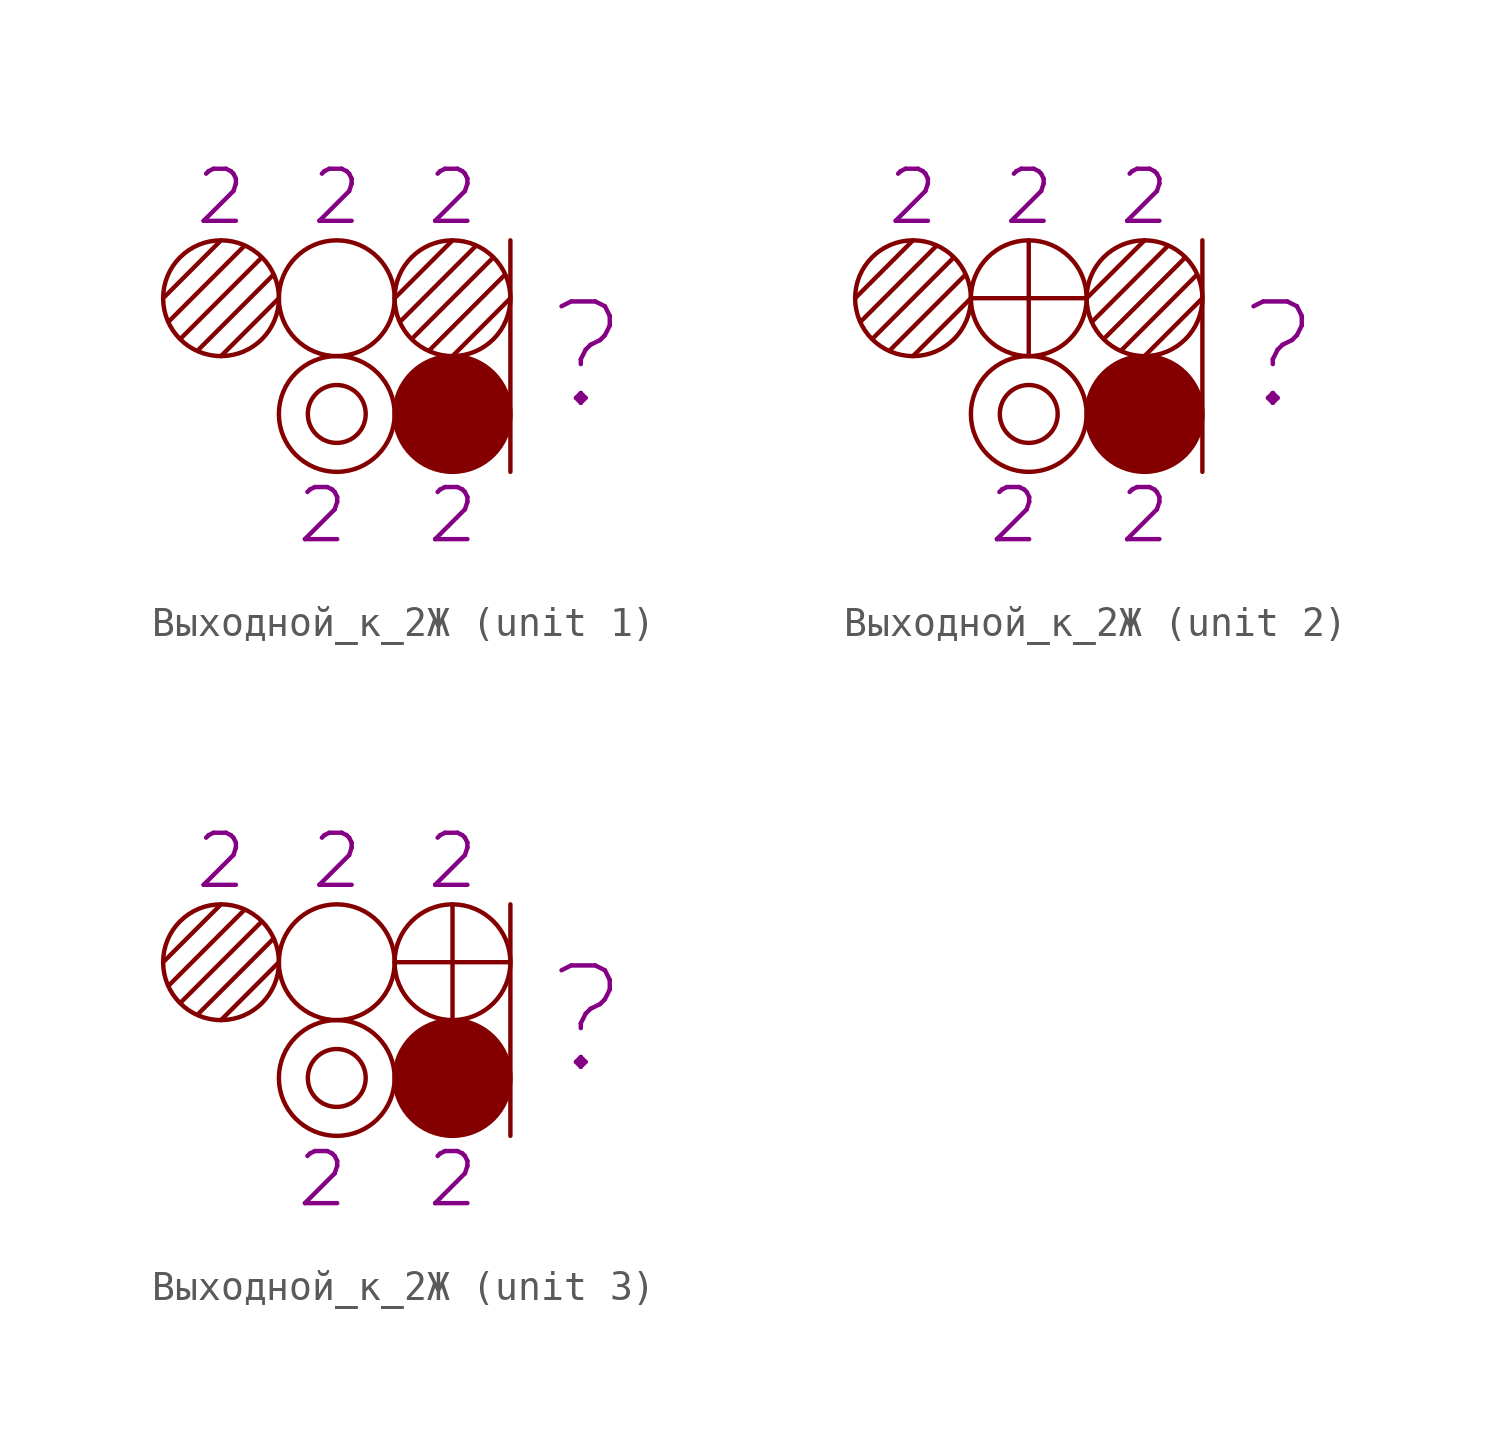
<source format=kicad_sym>
(kicad_symbol_lib
  (version 20231120)
  (generator "kicad_symbol_editor")
  (generator_version "8.0")
  (symbol "Выходной_к_2Ж"
    (pin_numbers hide)
    (pin_names
      (offset 0) hide)
    (property "Reference" "Входной"
      (at 7.5 4 0)
      (effects (font (size 1.8 1.8)) (hide yes)))
    (property "Литера" "?"
      (at 1 0 0)
      (do_not_autoplace)
      (effects (font (size 3.5 3.5)) (justify left)))
    (property "ДвухнитеваяК" "2"
      (at -2 -5.5 0)
      (do_not_autoplace)
      (effects (font (size 1.8 1.8))))
    (property "ДвухнитеваяЖ" "2"
      (at -10 5.5 0)
      (do_not_autoplace)
      (effects (font (size 1.8 1.8))))
    (property "ДвухнитеваяЗ" "2"
      (at -6 5.5 0)
      (do_not_autoplace)
      (effects (font (size 1.8 1.8))))
    (property "ДвухнитеваяБ" "2"
      (at -6.5 -5.5 0)
      (do_not_autoplace)
      (effects (font (size 1.8 1.8))))
    (property "Двухнитевая2Ж" "2"
      (at -2 5.5 0)
      (do_not_autoplace)
      (effects (font (size 1.8 1.8))))
    (symbol "Выходной_к_2Ж_0_1"
      (circle (center -6 2) (radius 2) (stroke (width 0) (type default)) (fill (type none)))
      (polyline (pts (xy 0 4) (xy 0 -4)) (stroke (width 0) (type default)) (fill (type none))))
    (symbol "Выходной_к_2Ж_1_1"
      (unit_name "Без заглушек")
      (circle (center -10 2) (radius 2) (stroke (width 0) (type solid)) (fill (type none)))
      (circle (center -6 -2) (radius 1) (stroke (width 0) (type default)) (fill (type none)))
      (circle (center -6 -2) (radius 2) (stroke (width 0) (type default)) (fill (type none)))
      (circle (center -2 -2) (radius 2) (stroke (width 0) (type default)) (fill (type outline)))
      (circle (center -2 2) (radius 2) (stroke (width 0) (type solid)) (fill (type none)))
      (polyline (pts (xy -10 4) (xy -12 2)) (stroke (width 0) (type default)) (fill (type none)))
      (polyline (pts (xy -9.188 3.812) (xy -11.812 1.188)) (stroke (width 0) (type default)) (fill (type none)))
      (polyline (pts (xy -8.625 3.375) (xy -11.375 0.625)) (stroke (width 0) (type default)) (fill (type none)))
      (polyline (pts (xy -8.188 2.812) (xy -10.812 0.188)) (stroke (width 0) (type default)) (fill (type none)))
      (polyline (pts (xy -8 2) (xy -10 0)) (stroke (width 0) (type default)) (fill (type none)))
      (polyline (pts (xy -2 4) (xy -4 2)) (stroke (width 0) (type default)) (fill (type none)))
      (polyline (pts (xy -1.188 3.812) (xy -3.812 1.188)) (stroke (width 0) (type default)) (fill (type none)))
      (polyline (pts (xy -0.625 3.375) (xy -3.375 0.625)) (stroke (width 0) (type default)) (fill (type none)))
      (polyline (pts (xy -0.188 2.812) (xy -2.812 0.188)) (stroke (width 0) (type default)) (fill (type none)))
      (polyline (pts (xy 0 2) (xy -2 0)) (stroke (width 0) (type default)) (fill (type none))))
    (symbol "Выходной_к_2Ж_2_1"
      (unit_name "Заглушка З")
      (circle (center -10 2) (radius 2) (stroke (width 0) (type solid)) (fill (type none)))
      (circle (center -6 -2) (radius 1) (stroke (width 0) (type default)) (fill (type none)))
      (circle (center -6 -2) (radius 2) (stroke (width 0) (type default)) (fill (type none)))
      (circle (center -2 -2) (radius 2) (stroke (width 0) (type default)) (fill (type outline)))
      (circle (center -2 2) (radius 2) (stroke (width 0) (type solid)) (fill (type none)))
      (polyline (pts (xy -10 4) (xy -12 2)) (stroke (width 0) (type default)) (fill (type none)))
      (polyline (pts (xy -9.188 3.812) (xy -11.812 1.188)) (stroke (width 0) (type default)) (fill (type none)))
      (polyline (pts (xy -8.625 3.375) (xy -11.375 0.625)) (stroke (width 0) (type default)) (fill (type none)))
      (polyline (pts (xy -8.188 2.812) (xy -10.812 0.188)) (stroke (width 0) (type default)) (fill (type none)))
      (polyline (pts (xy -8 2) (xy -10 0)) (stroke (width 0) (type default)) (fill (type none)))
      (polyline (pts (xy -8 2) (xy -4 2)) (stroke (width 0) (type default)) (fill (type none)))
      (polyline (pts (xy -6 4) (xy -6 0)) (stroke (width 0) (type default)) (fill (type none)))
      (polyline (pts (xy -2 4) (xy -4 2)) (stroke (width 0) (type default)) (fill (type none)))
      (polyline (pts (xy -1.188 3.812) (xy -3.812 1.188)) (stroke (width 0) (type default)) (fill (type none)))
      (polyline (pts (xy -0.625 3.375) (xy -3.375 0.625)) (stroke (width 0) (type default)) (fill (type none)))
      (polyline (pts (xy -0.188 2.812) (xy -2.812 0.188)) (stroke (width 0) (type default)) (fill (type none)))
      (polyline (pts (xy 0 2) (xy -2 0)) (stroke (width 0) (type default)) (fill (type none))))
    (symbol "Выходной_к_2Ж_3_1"
      (unit_name "Заглушка Ж")
      (circle (center -10 2) (radius 2) (stroke (width 0) (type solid)) (fill (type none)))
      (circle (center -6 -2) (radius 1) (stroke (width 0) (type default)) (fill (type none)))
      (circle (center -6 -2) (radius 2) (stroke (width 0) (type default)) (fill (type none)))
      (circle (center -2 -2) (radius 2) (stroke (width 0) (type default)) (fill (type outline)))
      (circle (center -2 2) (radius 2) (stroke (width 0) (type solid)) (fill (type none)))
      (polyline (pts (xy -10 4) (xy -12 2)) (stroke (width 0) (type default)) (fill (type none)))
      (polyline (pts (xy -9.188 3.812) (xy -11.812 1.188)) (stroke (width 0) (type default)) (fill (type none)))
      (polyline (pts (xy -8.625 3.375) (xy -11.375 0.625)) (stroke (width 0) (type default)) (fill (type none)))
      (polyline (pts (xy -8.188 2.812) (xy -10.812 0.188)) (stroke (width 0) (type default)) (fill (type none)))
      (polyline (pts (xy -8 2) (xy -10 0)) (stroke (width 0) (type default)) (fill (type none)))
      (polyline (pts (xy -4 2) (xy 0 2)) (stroke (width 0) (type default)) (fill (type none)))
      (polyline (pts (xy -2 4) (xy -2 0)) (stroke (width 0) (type default)) (fill (type none))))))
</source>
